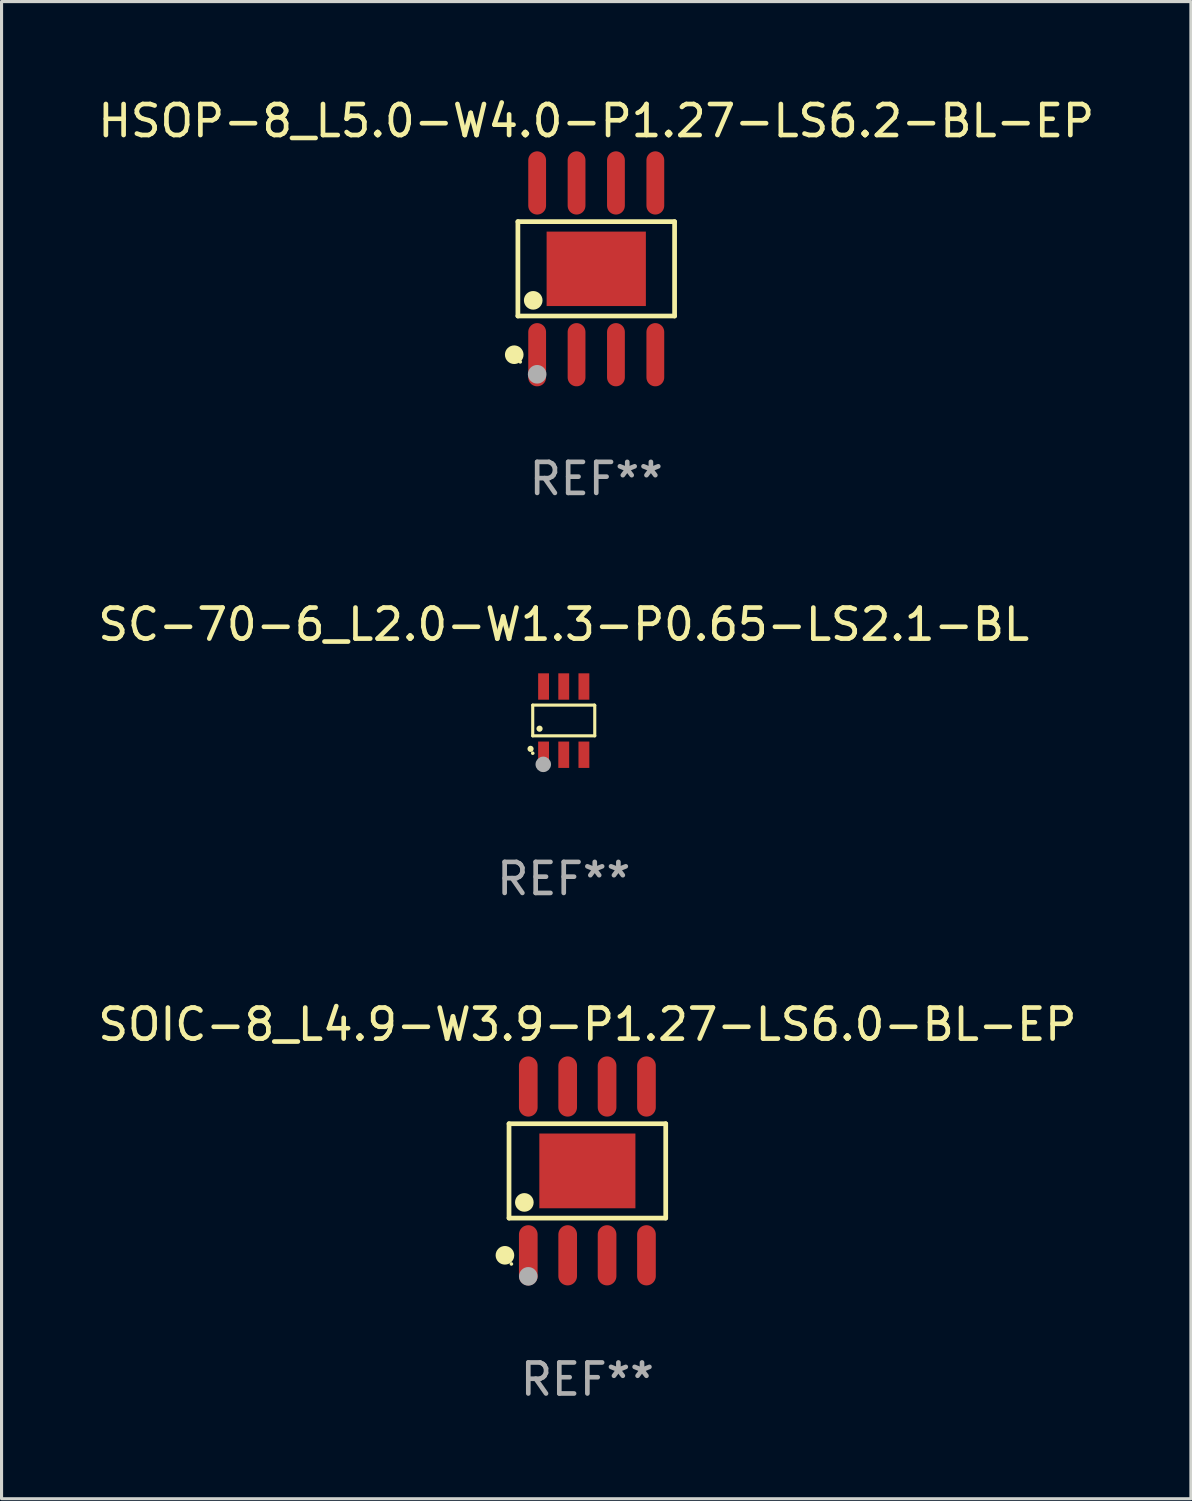
<source format=kicad_pcb>
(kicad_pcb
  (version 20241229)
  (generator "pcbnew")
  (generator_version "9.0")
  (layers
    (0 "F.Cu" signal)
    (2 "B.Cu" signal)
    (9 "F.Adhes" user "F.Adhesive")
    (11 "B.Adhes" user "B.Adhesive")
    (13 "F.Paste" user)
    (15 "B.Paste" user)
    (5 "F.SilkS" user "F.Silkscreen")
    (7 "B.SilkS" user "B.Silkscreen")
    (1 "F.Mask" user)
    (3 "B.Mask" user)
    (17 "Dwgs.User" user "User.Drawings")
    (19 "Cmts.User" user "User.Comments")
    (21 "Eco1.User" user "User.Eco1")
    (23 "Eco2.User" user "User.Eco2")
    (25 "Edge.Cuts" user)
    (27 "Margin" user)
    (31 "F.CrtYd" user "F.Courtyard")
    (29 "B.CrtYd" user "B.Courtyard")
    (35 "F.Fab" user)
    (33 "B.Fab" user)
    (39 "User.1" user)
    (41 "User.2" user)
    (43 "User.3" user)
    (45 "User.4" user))
  (footprint "HSOP-8_L5.0-W4.0-P1.27-LS6.2-BL-EP"
    (layer "F.Cu")
    (at 16.173 5.617)
    (property "Reference" "HSOP-8_L5.0-W4.0-P1.27-LS6.2-BL-EP" (at 0 -4.769 0) (layer "F.SilkS") (effects (font (size 1 1) (thickness 0.15))))
    (attr smd)
    (fp_line (start -2.526 -1.521) (end 2.526 -1.521) (stroke (width 0.152) (type solid)) (layer "F.SilkS"))
    (fp_line (start -2.526 1.521) (end -2.526 -1.521) (stroke (width 0.152) (type solid)) (layer "F.SilkS"))
    (fp_line (start 2.526 -1.521) (end 2.526 1.521) (stroke (width 0.152) (type solid)) (layer "F.SilkS"))
    (fp_line (start 2.526 1.521) (end -2.526 1.521) (stroke (width 0.152) (type solid)) (layer "F.SilkS"))
    (fp_circle (center -2.644 2.769) (end -2.494 2.769) (stroke (width 0.3) (type solid)) (fill no) (layer "F.SilkS"))
    (fp_circle (center -2.45 3) (end -2.42 3) (stroke (width 0.06) (type solid)) (fill no) (layer "F.SilkS"))
    (fp_circle (center -2.032 1.016) (end -1.882 1.016) (stroke (width 0.3) (type solid)) (fill no) (layer "F.SilkS"))
    (fp_circle (center -1.905 3.4) (end -1.755 3.4) (stroke (width 0.3) (type solid)) (fill no) (layer "F.Fab"))
    (fp_text user "REF**" (at 0 6.769 0) (layer "F.Fab") (effects (font (size 1 1) (thickness 0.15))))
    (pad "1" smd oval (at -1.905 2.769) (size 0.574 2.038) (layers "F.Cu" "F.Mask" "F.Paste"))
    (pad "2" smd oval (at -0.635 2.769) (size 0.574 2.038) (layers "F.Cu" "F.Mask" "F.Paste"))
    (pad "3" smd oval (at 0.635 2.769) (size 0.574 2.038) (layers "F.Cu" "F.Mask" "F.Paste"))
    (pad "4" smd oval (at 1.905 2.769) (size 0.574 2.038) (layers "F.Cu" "F.Mask" "F.Paste"))
    (pad "5" smd oval (at 1.905 -2.769) (size 0.574 2.038) (layers "F.Cu" "F.Mask" "F.Paste"))
    (pad "6" smd oval (at 0.635 -2.769) (size 0.574 2.038) (layers "F.Cu" "F.Mask" "F.Paste"))
    (pad "7" smd oval (at -0.635 -2.769) (size 0.574 2.038) (layers "F.Cu" "F.Mask" "F.Paste"))
    (pad "8" smd oval (at -1.905 -2.769) (size 0.574 2.038) (layers "F.Cu" "F.Mask" "F.Paste"))
    (pad "9" smd rect (at 0 0) (size 3.2 2.4) (layers "F.Cu" "F.Mask" "F.Paste")))
  (footprint "SC-70-6_L2.0-W1.3-P0.65-LS2.1-BL"
    (layer "F.Cu")
    (at 15.125 20.183)
    (property "Reference" "SC-70-6_L2.0-W1.3-P0.65-LS2.1-BL" (at 0 -3.1 0) (layer "F.SilkS") (effects (font (size 1 1) (thickness 0.15))))
    (attr smd)
    (fp_line (start -1 -0.5) (end -1 0.49) (stroke (width 0.1) (type solid)) (layer "F.SilkS"))
    (fp_line (start -1 0.49) (end 1 0.49) (stroke (width 0.1) (type solid)) (layer "F.SilkS"))
    (fp_line (start 0.99 -0.5) (end -1 -0.5) (stroke (width 0.1) (type solid)) (layer "F.SilkS"))
    (fp_line (start 1 -0.49) (end 0.99 -0.5) (stroke (width 0.1) (type solid)) (layer "F.SilkS"))
    (fp_line (start 1 0.49) (end 1 -0.49) (stroke (width 0.1) (type solid)) (layer "F.SilkS"))
    (fp_circle (center -1.07 0.91) (end -1.02 0.91) (stroke (width 0.1) (type solid)) (fill no) (layer "F.SilkS"))
    (fp_circle (center -1 1.05) (end -0.97 1.05) (stroke (width 0.06) (type solid)) (fill no) (layer "F.SilkS"))
    (fp_circle (center -0.78 0.26) (end -0.73 0.26) (stroke (width 0.1) (type solid)) (fill no) (layer "F.SilkS"))
    (fp_circle (center -0.66 1.41) (end -0.535 1.41) (stroke (width 0.25) (type solid)) (fill no) (layer "F.Fab"))
    (fp_text user "REF**" (at 0 5.1 0) (layer "F.Fab") (effects (font (size 1 1) (thickness 0.15))))
    (pad "1" smd rect (at -0.65 1.1) (size 0.35 0.85) (layers "F.Cu" "F.Mask" "F.Paste"))
    (pad "2" smd rect (at 0 1.1) (size 0.35 0.85) (layers "F.Cu" "F.Mask" "F.Paste"))
    (pad "3" smd rect (at 0.65 1.1) (size 0.35 0.85) (layers "F.Cu" "F.Mask" "F.Paste"))
    (pad "4" smd rect (at 0.65 -1.1) (size 0.35 0.85) (layers "F.Cu" "F.Mask" "F.Paste"))
    (pad "5" smd rect (at 0 -1.1) (size 0.35 0.85) (layers "F.Cu" "F.Mask" "F.Paste"))
    (pad "6" smd rect (at -0.65 -1.1) (size 0.35 0.85) (layers "F.Cu" "F.Mask" "F.Paste")))
  (footprint "SOIC-8_L4.9-W3.9-P1.27-LS6.0-BL-EP"
    (layer "F.Cu")
    (at 15.887 34.7)
    (property "Reference" "SOIC-8_L4.9-W3.9-P1.27-LS6.0-BL-EP" (at 0 -4.721 0) (layer "F.SilkS") (effects (font (size 1 1) (thickness 0.15))))
    (attr smd)
    (fp_line (start -2.526 -1.521) (end 2.526 -1.521) (stroke (width 0.152) (type solid)) (layer "F.SilkS"))
    (fp_line (start -2.526 1.521) (end -2.526 -1.521) (stroke (width 0.152) (type solid)) (layer "F.SilkS"))
    (fp_line (start 2.526 -1.521) (end 2.526 1.521) (stroke (width 0.152) (type solid)) (layer "F.SilkS"))
    (fp_line (start 2.526 1.521) (end -2.526 1.521) (stroke (width 0.152) (type solid)) (layer "F.SilkS"))
    (fp_circle (center -2.658 2.721) (end -2.508 2.721) (stroke (width 0.3) (type solid)) (fill no) (layer "F.SilkS"))
    (fp_circle (center -2.45 3) (end -2.42 3) (stroke (width 0.06) (type solid)) (fill no) (layer "F.SilkS"))
    (fp_circle (center -2.032 1.016) (end -1.882 1.016) (stroke (width 0.3) (type solid)) (fill no) (layer "F.SilkS"))
    (fp_circle (center -1.905 3.4) (end -1.755 3.4) (stroke (width 0.3) (type solid)) (fill no) (layer "F.Fab"))
    (fp_text user "REF**" (at 0 6.721 0) (layer "F.Fab") (effects (font (size 1 1) (thickness 0.15))))
    (pad "1" smd oval (at -1.905 2.721) (size 0.602 1.941) (layers "F.Cu" "F.Mask" "F.Paste"))
    (pad "2" smd oval (at -0.635 2.721) (size 0.602 1.941) (layers "F.Cu" "F.Mask" "F.Paste"))
    (pad "3" smd oval (at 0.635 2.721) (size 0.602 1.941) (layers "F.Cu" "F.Mask" "F.Paste"))
    (pad "4" smd oval (at 1.905 2.721) (size 0.602 1.941) (layers "F.Cu" "F.Mask" "F.Paste"))
    (pad "5" smd oval (at 1.905 -2.721) (size 0.602 1.941) (layers "F.Cu" "F.Mask" "F.Paste"))
    (pad "6" smd oval (at 0.635 -2.721) (size 0.602 1.941) (layers "F.Cu" "F.Mask" "F.Paste"))
    (pad "7" smd oval (at -0.635 -2.721) (size 0.602 1.941) (layers "F.Cu" "F.Mask" "F.Paste"))
    (pad "8" smd oval (at -1.905 -2.721) (size 0.602 1.941) (layers "F.Cu" "F.Mask" "F.Paste"))
    (pad "9" smd rect (at 0 0) (size 3.098 2.41) (layers "F.Cu" "F.Mask" "F.Paste")))
  (gr_rect
    (start -3 -3)
    (end 35.345 45.269)
    (stroke (width 0.1) (type default))
    (fill no)
    (layer "Edge.Cuts")))
</source>
